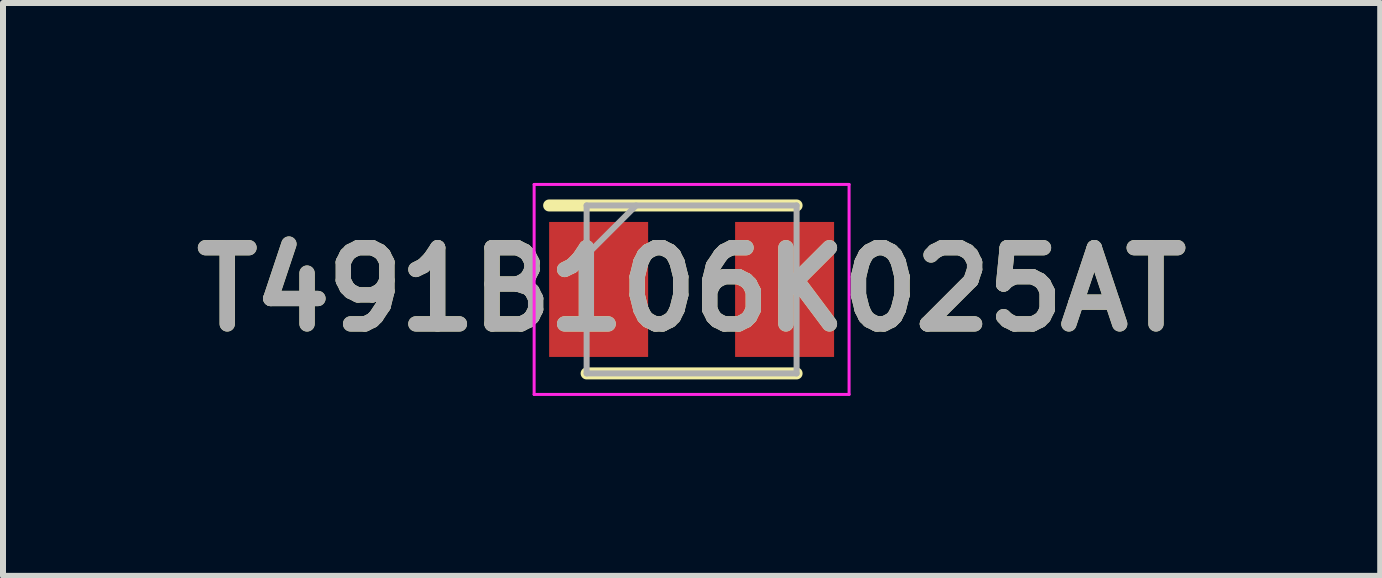
<source format=kicad_pcb>
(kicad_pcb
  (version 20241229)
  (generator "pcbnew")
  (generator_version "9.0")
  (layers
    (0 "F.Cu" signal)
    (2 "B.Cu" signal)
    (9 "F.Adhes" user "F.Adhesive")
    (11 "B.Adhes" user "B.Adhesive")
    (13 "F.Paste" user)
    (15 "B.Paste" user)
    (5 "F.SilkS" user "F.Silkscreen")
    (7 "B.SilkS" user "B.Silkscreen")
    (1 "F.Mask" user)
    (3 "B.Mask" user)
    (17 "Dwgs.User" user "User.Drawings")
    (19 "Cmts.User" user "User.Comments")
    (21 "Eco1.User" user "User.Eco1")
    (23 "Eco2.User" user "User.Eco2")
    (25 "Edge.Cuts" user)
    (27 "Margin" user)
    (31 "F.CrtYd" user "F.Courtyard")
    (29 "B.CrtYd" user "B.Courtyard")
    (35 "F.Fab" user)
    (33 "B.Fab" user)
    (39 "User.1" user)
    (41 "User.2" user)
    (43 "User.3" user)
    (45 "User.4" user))
  (footprint "T491B106K025AT"
    (layer "F.Cu")
    (at 8.479 1.775)
    (property "Reference" "T491B106K025AT" (at 0 0 0) (layer "F.SilkS") (effects (font (size 1.27 1.27) (thickness 0.254))))
    (attr smd)
    (fp_line (start -1.75 1.4) (end 1.75 1.4) (stroke (width 0.2) (type solid)) (layer "F.SilkS"))
    (fp_line (start 1.75 -1.4) (end -2.375 -1.4) (stroke (width 0.2) (type solid)) (layer "F.SilkS"))
    (fp_line (start -2.625 -1.75) (end 2.625 -1.75) (stroke (width 0.05) (type solid)) (layer "F.CrtYd"))
    (fp_line (start -2.625 1.75) (end -2.625 -1.75) (stroke (width 0.05) (type solid)) (layer "F.CrtYd"))
    (fp_line (start 2.625 -1.75) (end 2.625 1.75) (stroke (width 0.05) (type solid)) (layer "F.CrtYd"))
    (fp_line (start 2.625 1.75) (end -2.625 1.75) (stroke (width 0.05) (type solid)) (layer "F.CrtYd"))
    (fp_line (start -1.75 -1.4) (end 1.75 -1.4) (stroke (width 0.1) (type solid)) (layer "F.Fab"))
    (fp_line (start -1.75 -0.575) (end -0.925 -1.4) (stroke (width 0.1) (type solid)) (layer "F.Fab"))
    (fp_line (start -1.75 1.4) (end -1.75 -1.4) (stroke (width 0.1) (type solid)) (layer "F.Fab"))
    (fp_line (start 1.75 -1.4) (end 1.75 1.4) (stroke (width 0.1) (type solid)) (layer "F.Fab"))
    (fp_line (start 1.75 1.4) (end -1.75 1.4) (stroke (width 0.1) (type solid)) (layer "F.Fab"))
    (fp_text user "${REFERENCE}" (at 0 0 0) (layer "F.Fab") (effects (font (size 1.27 1.27) (thickness 0.254))))
    (pad "1" smd rect (at -1.55 0) (size 1.65 2.25) (layers "F.Cu" "F.Mask" "F.Paste"))
    (pad "2" smd rect (at 1.55 0) (size 1.65 2.25) (layers "F.Cu" "F.Mask" "F.Paste")))
  (gr_rect
    (start -3 -3)
    (end 19.958 6.55)
    (stroke (width 0.1) (type default))
    (fill no)
    (layer "Edge.Cuts")))
</source>
